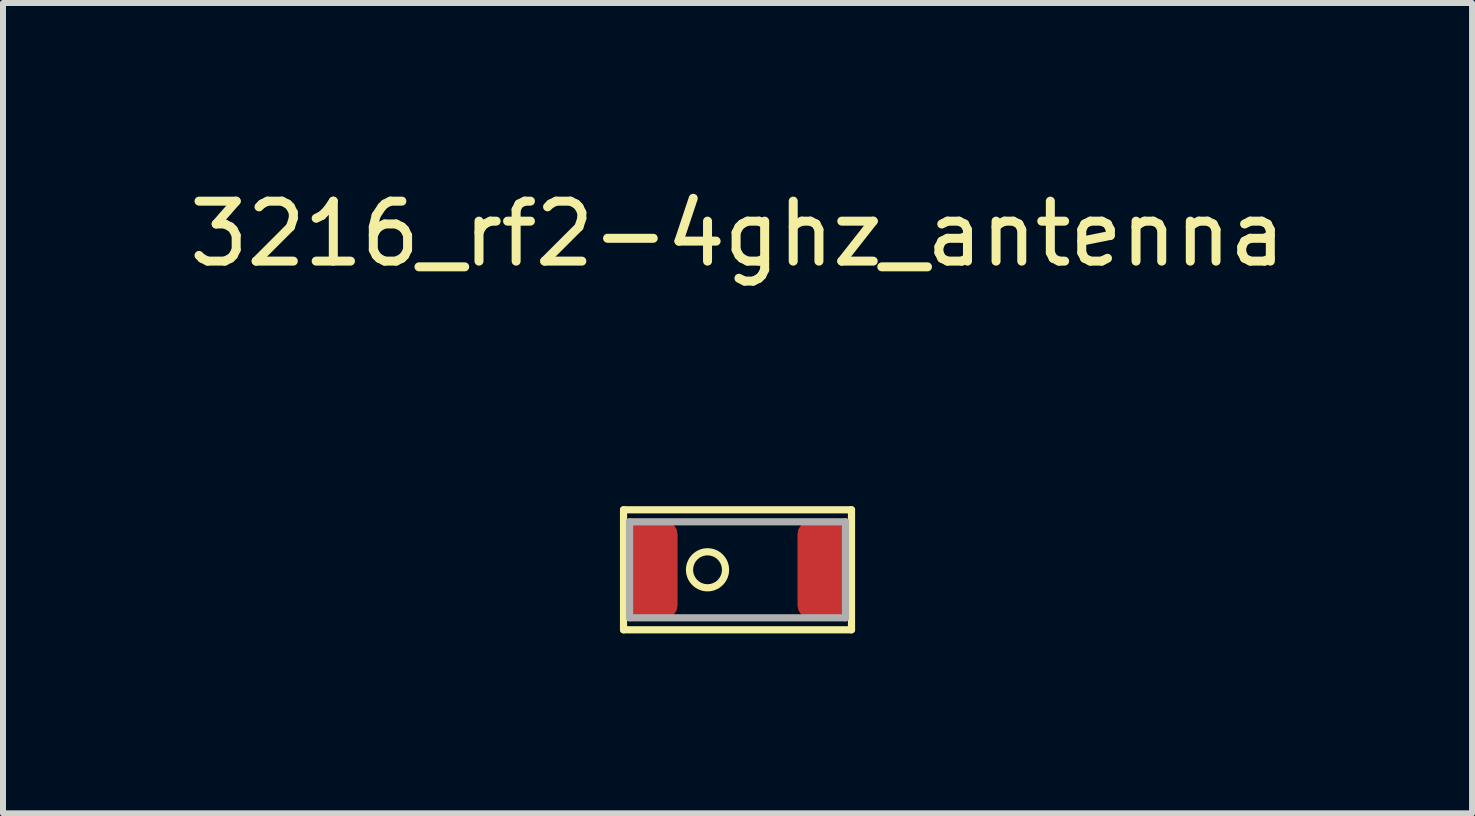
<source format=kicad_pcb>
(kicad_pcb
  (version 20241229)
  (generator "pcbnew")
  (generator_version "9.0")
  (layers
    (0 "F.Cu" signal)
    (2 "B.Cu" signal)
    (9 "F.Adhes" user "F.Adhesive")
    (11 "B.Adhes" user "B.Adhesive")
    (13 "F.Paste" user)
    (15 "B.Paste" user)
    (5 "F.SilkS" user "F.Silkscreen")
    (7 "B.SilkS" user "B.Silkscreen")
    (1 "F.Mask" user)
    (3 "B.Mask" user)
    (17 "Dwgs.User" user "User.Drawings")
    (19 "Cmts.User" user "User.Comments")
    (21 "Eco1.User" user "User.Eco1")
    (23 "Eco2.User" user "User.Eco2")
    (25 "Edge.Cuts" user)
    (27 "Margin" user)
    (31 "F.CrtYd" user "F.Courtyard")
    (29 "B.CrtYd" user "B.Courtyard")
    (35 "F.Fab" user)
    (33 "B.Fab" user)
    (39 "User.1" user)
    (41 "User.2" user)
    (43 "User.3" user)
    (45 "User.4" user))
  (footprint "3216_rf2-4ghz_antenna"
    (layer "F.Cu")
    (at 9.244 6.448)
    (property "Reference" "3216_rf2-4ghz_antenna" (at 0 -5.6 0) (layer "F.SilkS") (effects (font (size 1 1) (thickness 0.15))))
    (attr through_hole)
    (fp_line (start -1.9 -1) (end 1.9 -1) (stroke (width 0.12) (type solid)) (layer "F.SilkS"))
    (fp_line (start -1.9 1) (end -1.9 -1) (stroke (width 0.12) (type solid)) (layer "F.SilkS"))
    (fp_line (start 1.9 -1) (end 1.9 1) (stroke (width 0.12) (type solid)) (layer "F.SilkS"))
    (fp_line (start 1.9 1) (end -1.9 1) (stroke (width 0.12) (type solid)) (layer "F.SilkS"))
    (fp_circle (center -0.5 0) (end -0.2 0) (stroke (width 0.12) (type solid)) (fill no) (layer "F.SilkS"))
    (fp_line (start -1.8 -0.8) (end -1.8 0.8) (stroke (width 0.12) (type solid)) (layer "F.Fab"))
    (fp_line (start -1.8 0.8) (end 1.8 0.8) (stroke (width 0.12) (type solid)) (layer "F.Fab"))
    (fp_line (start 1.8 -0.8) (end -1.8 -0.8) (stroke (width 0.12) (type solid)) (layer "F.Fab"))
    (fp_line (start 1.8 0.8) (end 1.8 -0.8) (stroke (width 0.12) (type solid)) (layer "F.Fab"))
    (pad "1" smd roundrect (at -1.6 0) (size 0.8 1.6) (drill (offset 0.2 0)) (layers "F.Cu" "F.Mask" "F.Paste") (roundrect_rratio 0.25))
    (pad "2" smd roundrect (at 1.6 0) (size 0.8 1.6) (drill (offset -0.2 0)) (layers "F.Cu" "F.Mask" "F.Paste") (roundrect_rratio 0.25)))
  (gr_rect
    (start -3 -3)
    (end 21.488 10.508)
    (stroke (width 0.1) (type default))
    (fill no)
    (layer "Edge.Cuts")))
</source>
